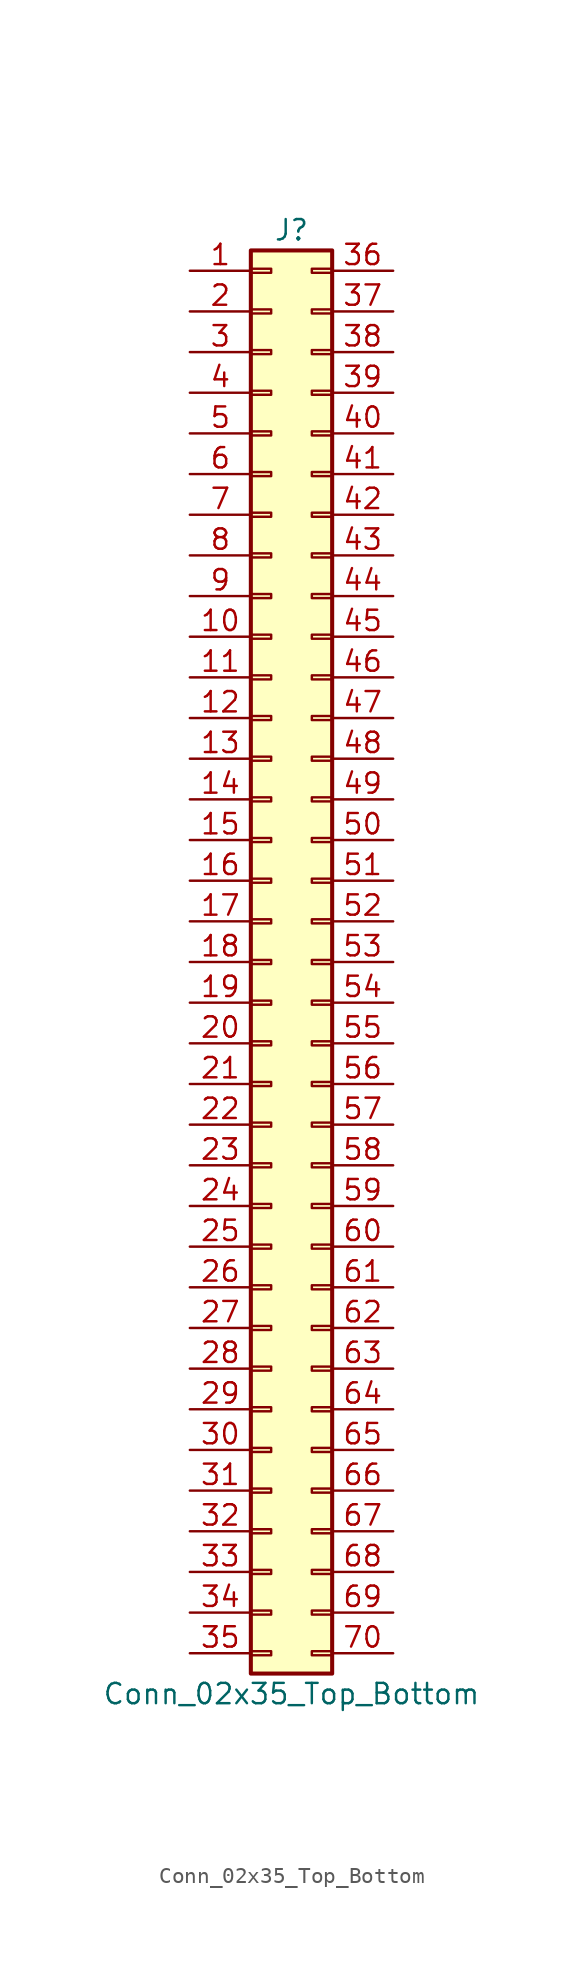
<source format=kicad_sym>
(kicad_symbol_lib
  (version 20201005)
  (generator kicad_symbol_editor)
  (symbol "Conn_02x35_Top_Bottom"
    (pin_names
      (offset 1.016) hide)
    (property "Reference" "J"
      (at 1.27 45.72 0)
      (effects (font (size 1.27 1.27))))
    (property "Value" "Conn_02x35_Top_Bottom"
      (at 1.27 -45.72 0)
      (effects (font (size 1.27 1.27))))
    (symbol "Conn_02x35_Top_Bottom_1_1"
      (rectangle (start -1.27 -43.053) (end 0 -43.307) (stroke (width 0.152)) (fill (type none)))
      (rectangle (start -1.27 -40.513) (end 0 -40.767) (stroke (width 0.152)) (fill (type none)))
      (rectangle (start -1.27 -37.973) (end 0 -38.227) (stroke (width 0.152)) (fill (type none)))
      (rectangle (start -1.27 -35.433) (end 0 -35.687) (stroke (width 0.152)) (fill (type none)))
      (rectangle (start -1.27 -32.893) (end 0 -33.147) (stroke (width 0.152)) (fill (type none)))
      (rectangle (start -1.27 -30.353) (end 0 -30.607) (stroke (width 0.152)) (fill (type none)))
      (rectangle (start -1.27 -27.813) (end 0 -28.067) (stroke (width 0.152)) (fill (type none)))
      (rectangle (start -1.27 -25.273) (end 0 -25.527) (stroke (width 0.152)) (fill (type none)))
      (rectangle (start -1.27 -22.733) (end 0 -22.987) (stroke (width 0.152)) (fill (type none)))
      (rectangle (start -1.27 -20.193) (end 0 -20.447) (stroke (width 0.152)) (fill (type none)))
      (rectangle (start -1.27 -17.653) (end 0 -17.907) (stroke (width 0.152)) (fill (type none)))
      (rectangle (start -1.27 -15.113) (end 0 -15.367) (stroke (width 0.152)) (fill (type none)))
      (rectangle (start -1.27 -12.573) (end 0 -12.827) (stroke (width 0.152)) (fill (type none)))
      (rectangle (start -1.27 -10.033) (end 0 -10.287) (stroke (width 0.152)) (fill (type none)))
      (rectangle (start -1.27 -7.493) (end 0 -7.747) (stroke (width 0.152)) (fill (type none)))
      (rectangle (start -1.27 -4.953) (end 0 -5.207) (stroke (width 0.152)) (fill (type none)))
      (rectangle (start -1.27 -2.413) (end 0 -2.667) (stroke (width 0.152)) (fill (type none)))
      (rectangle (start -1.27 0.127) (end 0 -0.127) (stroke (width 0.152)) (fill (type none)))
      (rectangle (start -1.27 2.667) (end 0 2.413) (stroke (width 0.152)) (fill (type none)))
      (rectangle (start -1.27 5.207) (end 0 4.953) (stroke (width 0.152)) (fill (type none)))
      (rectangle (start -1.27 7.747) (end 0 7.493) (stroke (width 0.152)) (fill (type none)))
      (rectangle (start -1.27 10.287) (end 0 10.033) (stroke (width 0.152)) (fill (type none)))
      (rectangle (start -1.27 12.827) (end 0 12.573) (stroke (width 0.152)) (fill (type none)))
      (rectangle (start -1.27 15.367) (end 0 15.113) (stroke (width 0.152)) (fill (type none)))
      (rectangle (start -1.27 17.907) (end 0 17.653) (stroke (width 0.152)) (fill (type none)))
      (rectangle (start -1.27 20.447) (end 0 20.193) (stroke (width 0.152)) (fill (type none)))
      (rectangle (start -1.27 22.987) (end 0 22.733) (stroke (width 0.152)) (fill (type none)))
      (rectangle (start -1.27 25.527) (end 0 25.273) (stroke (width 0.152)) (fill (type none)))
      (rectangle (start -1.27 28.067) (end 0 27.813) (stroke (width 0.152)) (fill (type none)))
      (rectangle (start -1.27 30.607) (end 0 30.353) (stroke (width 0.152)) (fill (type none)))
      (rectangle (start -1.27 33.147) (end 0 32.893) (stroke (width 0.152)) (fill (type none)))
      (rectangle (start -1.27 35.687) (end 0 35.433) (stroke (width 0.152)) (fill (type none)))
      (rectangle (start -1.27 38.227) (end 0 37.973) (stroke (width 0.152)) (fill (type none)))
      (rectangle (start -1.27 40.767) (end 0 40.513) (stroke (width 0.152)) (fill (type none)))
      (rectangle (start -1.27 43.307) (end 0 43.053) (stroke (width 0.152)) (fill (type none)))
      (rectangle (start -1.27 44.45) (end 3.81 -44.45) (stroke (width 0.254)) (fill (type background)))
      (rectangle (start 3.81 -43.053) (end 2.54 -43.307) (stroke (width 0.152)) (fill (type none)))
      (rectangle (start 3.81 -40.513) (end 2.54 -40.767) (stroke (width 0.152)) (fill (type none)))
      (rectangle (start 3.81 -37.973) (end 2.54 -38.227) (stroke (width 0.152)) (fill (type none)))
      (rectangle (start 3.81 -35.433) (end 2.54 -35.687) (stroke (width 0.152)) (fill (type none)))
      (rectangle (start 3.81 -32.893) (end 2.54 -33.147) (stroke (width 0.152)) (fill (type none)))
      (rectangle (start 3.81 -30.353) (end 2.54 -30.607) (stroke (width 0.152)) (fill (type none)))
      (rectangle (start 3.81 -27.813) (end 2.54 -28.067) (stroke (width 0.152)) (fill (type none)))
      (rectangle (start 3.81 -25.273) (end 2.54 -25.527) (stroke (width 0.152)) (fill (type none)))
      (rectangle (start 3.81 -22.733) (end 2.54 -22.987) (stroke (width 0.152)) (fill (type none)))
      (rectangle (start 3.81 -20.193) (end 2.54 -20.447) (stroke (width 0.152)) (fill (type none)))
      (rectangle (start 3.81 -17.653) (end 2.54 -17.907) (stroke (width 0.152)) (fill (type none)))
      (rectangle (start 3.81 -15.113) (end 2.54 -15.367) (stroke (width 0.152)) (fill (type none)))
      (rectangle (start 3.81 -12.573) (end 2.54 -12.827) (stroke (width 0.152)) (fill (type none)))
      (rectangle (start 3.81 -10.033) (end 2.54 -10.287) (stroke (width 0.152)) (fill (type none)))
      (rectangle (start 3.81 -7.493) (end 2.54 -7.747) (stroke (width 0.152)) (fill (type none)))
      (rectangle (start 3.81 -4.953) (end 2.54 -5.207) (stroke (width 0.152)) (fill (type none)))
      (rectangle (start 3.81 -2.413) (end 2.54 -2.667) (stroke (width 0.152)) (fill (type none)))
      (rectangle (start 3.81 0.127) (end 2.54 -0.127) (stroke (width 0.152)) (fill (type none)))
      (rectangle (start 3.81 2.667) (end 2.54 2.413) (stroke (width 0.152)) (fill (type none)))
      (rectangle (start 3.81 5.207) (end 2.54 4.953) (stroke (width 0.152)) (fill (type none)))
      (rectangle (start 3.81 7.747) (end 2.54 7.493) (stroke (width 0.152)) (fill (type none)))
      (rectangle (start 3.81 10.287) (end 2.54 10.033) (stroke (width 0.152)) (fill (type none)))
      (rectangle (start 3.81 12.827) (end 2.54 12.573) (stroke (width 0.152)) (fill (type none)))
      (rectangle (start 3.81 15.367) (end 2.54 15.113) (stroke (width 0.152)) (fill (type none)))
      (rectangle (start 3.81 17.907) (end 2.54 17.653) (stroke (width 0.152)) (fill (type none)))
      (rectangle (start 3.81 20.447) (end 2.54 20.193) (stroke (width 0.152)) (fill (type none)))
      (rectangle (start 3.81 22.987) (end 2.54 22.733) (stroke (width 0.152)) (fill (type none)))
      (rectangle (start 3.81 25.527) (end 2.54 25.273) (stroke (width 0.152)) (fill (type none)))
      (rectangle (start 3.81 28.067) (end 2.54 27.813) (stroke (width 0.152)) (fill (type none)))
      (rectangle (start 3.81 30.607) (end 2.54 30.353) (stroke (width 0.152)) (fill (type none)))
      (rectangle (start 3.81 33.147) (end 2.54 32.893) (stroke (width 0.152)) (fill (type none)))
      (rectangle (start 3.81 35.687) (end 2.54 35.433) (stroke (width 0.152)) (fill (type none)))
      (rectangle (start 3.81 38.227) (end 2.54 37.973) (stroke (width 0.152)) (fill (type none)))
      (rectangle (start 3.81 40.767) (end 2.54 40.513) (stroke (width 0.152)) (fill (type none)))
      (rectangle (start 3.81 43.307) (end 2.54 43.053) (stroke (width 0.152)) (fill (type none)))
      (pin passive line (at -5.08 43.18 0) (length 3.81) (name "Pin_1" (effects (font (size 1.27 1.27)))) (number "1" (effects (font (size 1.27 1.27)))))
      (pin passive line (at -5.08 20.32 0) (length 3.81) (name "Pin_10" (effects (font (size 1.27 1.27)))) (number "10" (effects (font (size 1.27 1.27)))))
      (pin passive line (at -5.08 17.78 0) (length 3.81) (name "Pin_11" (effects (font (size 1.27 1.27)))) (number "11" (effects (font (size 1.27 1.27)))))
      (pin passive line (at -5.08 15.24 0) (length 3.81) (name "Pin_12" (effects (font (size 1.27 1.27)))) (number "12" (effects (font (size 1.27 1.27)))))
      (pin passive line (at -5.08 12.7 0) (length 3.81) (name "Pin_13" (effects (font (size 1.27 1.27)))) (number "13" (effects (font (size 1.27 1.27)))))
      (pin passive line (at -5.08 10.16 0) (length 3.81) (name "Pin_14" (effects (font (size 1.27 1.27)))) (number "14" (effects (font (size 1.27 1.27)))))
      (pin passive line (at -5.08 7.62 0) (length 3.81) (name "Pin_15" (effects (font (size 1.27 1.27)))) (number "15" (effects (font (size 1.27 1.27)))))
      (pin passive line (at -5.08 5.08 0) (length 3.81) (name "Pin_16" (effects (font (size 1.27 1.27)))) (number "16" (effects (font (size 1.27 1.27)))))
      (pin passive line (at -5.08 2.54 0) (length 3.81) (name "Pin_17" (effects (font (size 1.27 1.27)))) (number "17" (effects (font (size 1.27 1.27)))))
      (pin passive line (at -5.08 0 0) (length 3.81) (name "Pin_18" (effects (font (size 1.27 1.27)))) (number "18" (effects (font (size 1.27 1.27)))))
      (pin passive line (at -5.08 -2.54 0) (length 3.81) (name "Pin_19" (effects (font (size 1.27 1.27)))) (number "19" (effects (font (size 1.27 1.27)))))
      (pin passive line (at -5.08 40.64 0) (length 3.81) (name "Pin_2" (effects (font (size 1.27 1.27)))) (number "2" (effects (font (size 1.27 1.27)))))
      (pin passive line (at -5.08 -5.08 0) (length 3.81) (name "Pin_20" (effects (font (size 1.27 1.27)))) (number "20" (effects (font (size 1.27 1.27)))))
      (pin passive line (at -5.08 -7.62 0) (length 3.81) (name "Pin_21" (effects (font (size 1.27 1.27)))) (number "21" (effects (font (size 1.27 1.27)))))
      (pin passive line (at -5.08 -10.16 0) (length 3.81) (name "Pin_22" (effects (font (size 1.27 1.27)))) (number "22" (effects (font (size 1.27 1.27)))))
      (pin passive line (at -5.08 -12.7 0) (length 3.81) (name "Pin_23" (effects (font (size 1.27 1.27)))) (number "23" (effects (font (size 1.27 1.27)))))
      (pin passive line (at -5.08 -15.24 0) (length 3.81) (name "Pin_24" (effects (font (size 1.27 1.27)))) (number "24" (effects (font (size 1.27 1.27)))))
      (pin passive line (at -5.08 -17.78 0) (length 3.81) (name "Pin_25" (effects (font (size 1.27 1.27)))) (number "25" (effects (font (size 1.27 1.27)))))
      (pin passive line (at -5.08 -20.32 0) (length 3.81) (name "Pin_26" (effects (font (size 1.27 1.27)))) (number "26" (effects (font (size 1.27 1.27)))))
      (pin passive line (at -5.08 -22.86 0) (length 3.81) (name "Pin_27" (effects (font (size 1.27 1.27)))) (number "27" (effects (font (size 1.27 1.27)))))
      (pin passive line (at -5.08 -25.4 0) (length 3.81) (name "Pin_28" (effects (font (size 1.27 1.27)))) (number "28" (effects (font (size 1.27 1.27)))))
      (pin passive line (at -5.08 -27.94 0) (length 3.81) (name "Pin_29" (effects (font (size 1.27 1.27)))) (number "29" (effects (font (size 1.27 1.27)))))
      (pin passive line (at -5.08 38.1 0) (length 3.81) (name "Pin_3" (effects (font (size 1.27 1.27)))) (number "3" (effects (font (size 1.27 1.27)))))
      (pin passive line (at -5.08 -30.48 0) (length 3.81) (name "Pin_30" (effects (font (size 1.27 1.27)))) (number "30" (effects (font (size 1.27 1.27)))))
      (pin passive line (at -5.08 -33.02 0) (length 3.81) (name "Pin_31" (effects (font (size 1.27 1.27)))) (number "31" (effects (font (size 1.27 1.27)))))
      (pin passive line (at -5.08 -35.56 0) (length 3.81) (name "Pin_32" (effects (font (size 1.27 1.27)))) (number "32" (effects (font (size 1.27 1.27)))))
      (pin passive line (at -5.08 -38.1 0) (length 3.81) (name "Pin_33" (effects (font (size 1.27 1.27)))) (number "33" (effects (font (size 1.27 1.27)))))
      (pin passive line (at -5.08 -40.64 0) (length 3.81) (name "Pin_34" (effects (font (size 1.27 1.27)))) (number "34" (effects (font (size 1.27 1.27)))))
      (pin passive line (at -5.08 -43.18 0) (length 3.81) (name "Pin_35" (effects (font (size 1.27 1.27)))) (number "35" (effects (font (size 1.27 1.27)))))
      (pin passive line (at 7.62 43.18 180) (length 3.81) (name "Pin_36" (effects (font (size 1.27 1.27)))) (number "36" (effects (font (size 1.27 1.27)))))
      (pin passive line (at 7.62 40.64 180) (length 3.81) (name "Pin_37" (effects (font (size 1.27 1.27)))) (number "37" (effects (font (size 1.27 1.27)))))
      (pin passive line (at 7.62 38.1 180) (length 3.81) (name "Pin_38" (effects (font (size 1.27 1.27)))) (number "38" (effects (font (size 1.27 1.27)))))
      (pin passive line (at 7.62 35.56 180) (length 3.81) (name "Pin_39" (effects (font (size 1.27 1.27)))) (number "39" (effects (font (size 1.27 1.27)))))
      (pin passive line (at -5.08 35.56 0) (length 3.81) (name "Pin_4" (effects (font (size 1.27 1.27)))) (number "4" (effects (font (size 1.27 1.27)))))
      (pin passive line (at 7.62 33.02 180) (length 3.81) (name "Pin_40" (effects (font (size 1.27 1.27)))) (number "40" (effects (font (size 1.27 1.27)))))
      (pin passive line (at 7.62 30.48 180) (length 3.81) (name "Pin_41" (effects (font (size 1.27 1.27)))) (number "41" (effects (font (size 1.27 1.27)))))
      (pin passive line (at 7.62 27.94 180) (length 3.81) (name "Pin_42" (effects (font (size 1.27 1.27)))) (number "42" (effects (font (size 1.27 1.27)))))
      (pin passive line (at 7.62 25.4 180) (length 3.81) (name "Pin_43" (effects (font (size 1.27 1.27)))) (number "43" (effects (font (size 1.27 1.27)))))
      (pin passive line (at 7.62 22.86 180) (length 3.81) (name "Pin_44" (effects (font (size 1.27 1.27)))) (number "44" (effects (font (size 1.27 1.27)))))
      (pin passive line (at 7.62 20.32 180) (length 3.81) (name "Pin_45" (effects (font (size 1.27 1.27)))) (number "45" (effects (font (size 1.27 1.27)))))
      (pin passive line (at 7.62 17.78 180) (length 3.81) (name "Pin_46" (effects (font (size 1.27 1.27)))) (number "46" (effects (font (size 1.27 1.27)))))
      (pin passive line (at 7.62 15.24 180) (length 3.81) (name "Pin_47" (effects (font (size 1.27 1.27)))) (number "47" (effects (font (size 1.27 1.27)))))
      (pin passive line (at 7.62 12.7 180) (length 3.81) (name "Pin_48" (effects (font (size 1.27 1.27)))) (number "48" (effects (font (size 1.27 1.27)))))
      (pin passive line (at 7.62 10.16 180) (length 3.81) (name "Pin_49" (effects (font (size 1.27 1.27)))) (number "49" (effects (font (size 1.27 1.27)))))
      (pin passive line (at -5.08 33.02 0) (length 3.81) (name "Pin_5" (effects (font (size 1.27 1.27)))) (number "5" (effects (font (size 1.27 1.27)))))
      (pin passive line (at 7.62 7.62 180) (length 3.81) (name "Pin_50" (effects (font (size 1.27 1.27)))) (number "50" (effects (font (size 1.27 1.27)))))
      (pin passive line (at 7.62 5.08 180) (length 3.81) (name "Pin_51" (effects (font (size 1.27 1.27)))) (number "51" (effects (font (size 1.27 1.27)))))
      (pin passive line (at 7.62 2.54 180) (length 3.81) (name "Pin_52" (effects (font (size 1.27 1.27)))) (number "52" (effects (font (size 1.27 1.27)))))
      (pin passive line (at 7.62 0 180) (length 3.81) (name "Pin_53" (effects (font (size 1.27 1.27)))) (number "53" (effects (font (size 1.27 1.27)))))
      (pin passive line (at 7.62 -2.54 180) (length 3.81) (name "Pin_54" (effects (font (size 1.27 1.27)))) (number "54" (effects (font (size 1.27 1.27)))))
      (pin passive line (at 7.62 -5.08 180) (length 3.81) (name "Pin_55" (effects (font (size 1.27 1.27)))) (number "55" (effects (font (size 1.27 1.27)))))
      (pin passive line (at 7.62 -7.62 180) (length 3.81) (name "Pin_56" (effects (font (size 1.27 1.27)))) (number "56" (effects (font (size 1.27 1.27)))))
      (pin passive line (at 7.62 -10.16 180) (length 3.81) (name "Pin_57" (effects (font (size 1.27 1.27)))) (number "57" (effects (font (size 1.27 1.27)))))
      (pin passive line (at 7.62 -12.7 180) (length 3.81) (name "Pin_58" (effects (font (size 1.27 1.27)))) (number "58" (effects (font (size 1.27 1.27)))))
      (pin passive line (at 7.62 -15.24 180) (length 3.81) (name "Pin_59" (effects (font (size 1.27 1.27)))) (number "59" (effects (font (size 1.27 1.27)))))
      (pin passive line (at -5.08 30.48 0) (length 3.81) (name "Pin_6" (effects (font (size 1.27 1.27)))) (number "6" (effects (font (size 1.27 1.27)))))
      (pin passive line (at 7.62 -17.78 180) (length 3.81) (name "Pin_60" (effects (font (size 1.27 1.27)))) (number "60" (effects (font (size 1.27 1.27)))))
      (pin passive line (at 7.62 -20.32 180) (length 3.81) (name "Pin_61" (effects (font (size 1.27 1.27)))) (number "61" (effects (font (size 1.27 1.27)))))
      (pin passive line (at 7.62 -22.86 180) (length 3.81) (name "Pin_62" (effects (font (size 1.27 1.27)))) (number "62" (effects (font (size 1.27 1.27)))))
      (pin passive line (at 7.62 -25.4 180) (length 3.81) (name "Pin_63" (effects (font (size 1.27 1.27)))) (number "63" (effects (font (size 1.27 1.27)))))
      (pin passive line (at 7.62 -27.94 180) (length 3.81) (name "Pin_64" (effects (font (size 1.27 1.27)))) (number "64" (effects (font (size 1.27 1.27)))))
      (pin passive line (at 7.62 -30.48 180) (length 3.81) (name "Pin_65" (effects (font (size 1.27 1.27)))) (number "65" (effects (font (size 1.27 1.27)))))
      (pin passive line (at 7.62 -33.02 180) (length 3.81) (name "Pin_66" (effects (font (size 1.27 1.27)))) (number "66" (effects (font (size 1.27 1.27)))))
      (pin passive line (at 7.62 -35.56 180) (length 3.81) (name "Pin_67" (effects (font (size 1.27 1.27)))) (number "67" (effects (font (size 1.27 1.27)))))
      (pin passive line (at 7.62 -38.1 180) (length 3.81) (name "Pin_68" (effects (font (size 1.27 1.27)))) (number "68" (effects (font (size 1.27 1.27)))))
      (pin passive line (at 7.62 -40.64 180) (length 3.81) (name "Pin_69" (effects (font (size 1.27 1.27)))) (number "69" (effects (font (size 1.27 1.27)))))
      (pin passive line (at -5.08 27.94 0) (length 3.81) (name "Pin_7" (effects (font (size 1.27 1.27)))) (number "7" (effects (font (size 1.27 1.27)))))
      (pin passive line (at 7.62 -43.18 180) (length 3.81) (name "Pin_70" (effects (font (size 1.27 1.27)))) (number "70" (effects (font (size 1.27 1.27)))))
      (pin passive line (at -5.08 25.4 0) (length 3.81) (name "Pin_8" (effects (font (size 1.27 1.27)))) (number "8" (effects (font (size 1.27 1.27)))))
      (pin passive line (at -5.08 22.86 0) (length 3.81) (name "Pin_9" (effects (font (size 1.27 1.27)))) (number "9" (effects (font (size 1.27 1.27))))))))
</source>
